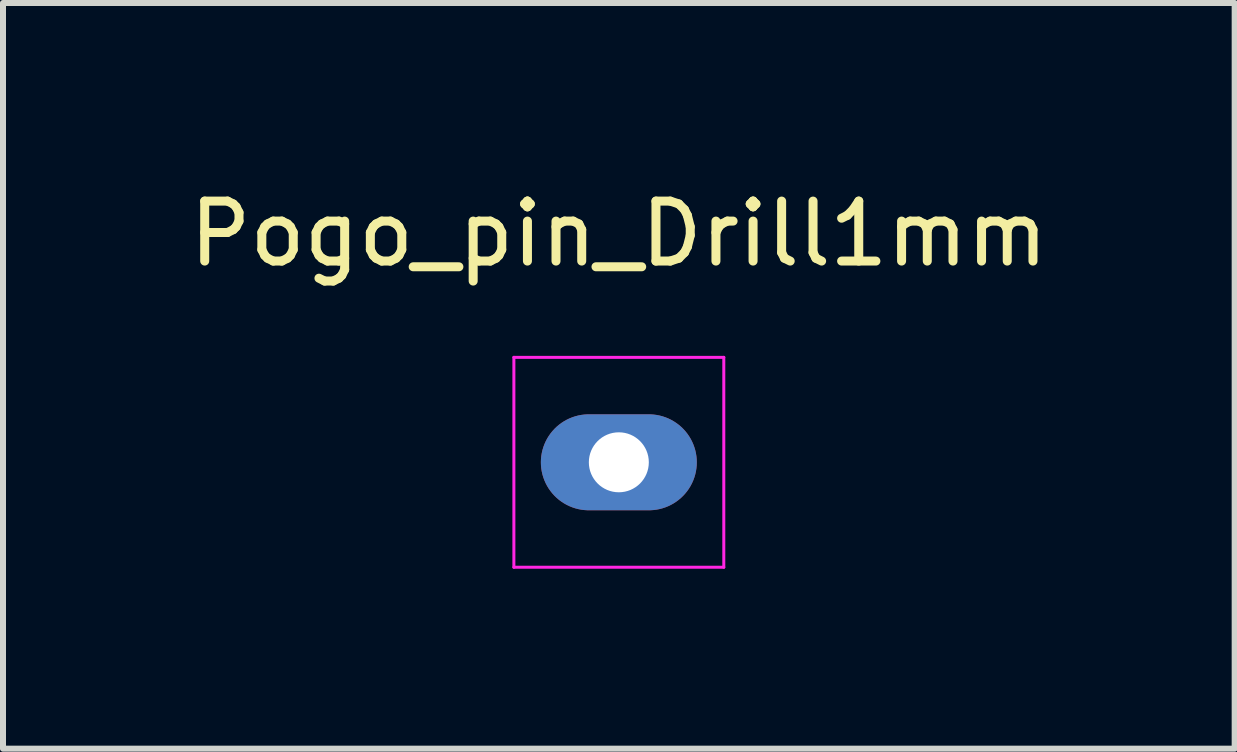
<source format=kicad_pcb>
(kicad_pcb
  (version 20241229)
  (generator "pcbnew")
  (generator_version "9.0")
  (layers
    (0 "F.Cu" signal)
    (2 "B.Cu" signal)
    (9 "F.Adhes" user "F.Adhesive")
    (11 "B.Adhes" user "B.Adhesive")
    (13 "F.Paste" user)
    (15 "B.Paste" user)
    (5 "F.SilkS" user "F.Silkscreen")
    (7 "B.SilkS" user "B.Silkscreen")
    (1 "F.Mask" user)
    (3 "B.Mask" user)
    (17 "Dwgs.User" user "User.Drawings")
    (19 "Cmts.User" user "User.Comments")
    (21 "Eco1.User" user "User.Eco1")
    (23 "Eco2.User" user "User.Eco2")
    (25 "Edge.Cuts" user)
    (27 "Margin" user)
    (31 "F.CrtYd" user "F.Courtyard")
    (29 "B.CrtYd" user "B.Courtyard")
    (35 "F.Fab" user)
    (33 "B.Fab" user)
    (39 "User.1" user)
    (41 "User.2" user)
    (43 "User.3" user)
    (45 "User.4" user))
  (footprint "Pogo_pin_Drill1mm"
    (layer "F.Cu")
    (at 7.268 4.658)
    (property "Reference" "Pogo_pin_Drill1mm" (at 0 -3.81 0) (layer "F.SilkS") (effects (font (size 1 1) (thickness 0.15))))
    (attr exclude_from_pos_files exclude_from_bom)
    (fp_line (start -1.75 -1.75) (end -1.75 1.75) (stroke (width 0.05) (type solid)) (layer "F.CrtYd"))
    (fp_line (start -1.75 -1.75) (end 1.75 -1.75) (stroke (width 0.05) (type solid)) (layer "F.CrtYd"))
    (fp_line (start 1.75 1.75) (end -1.75 1.75) (stroke (width 0.05) (type solid)) (layer "F.CrtYd"))
    (fp_line (start 1.75 1.75) (end 1.75 -1.75) (stroke (width 0.05) (type solid)) (layer "F.CrtYd"))
    (pad "1" thru_hole oval (at 0 0) (size 2.6 1.6) (drill 1) (layers "*.Cu" "*.Mask")))
  (gr_rect
    (start -3 -3)
    (end 17.536 9.433)
    (stroke (width 0.1) (type default))
    (fill no)
    (layer "Edge.Cuts")))
</source>
